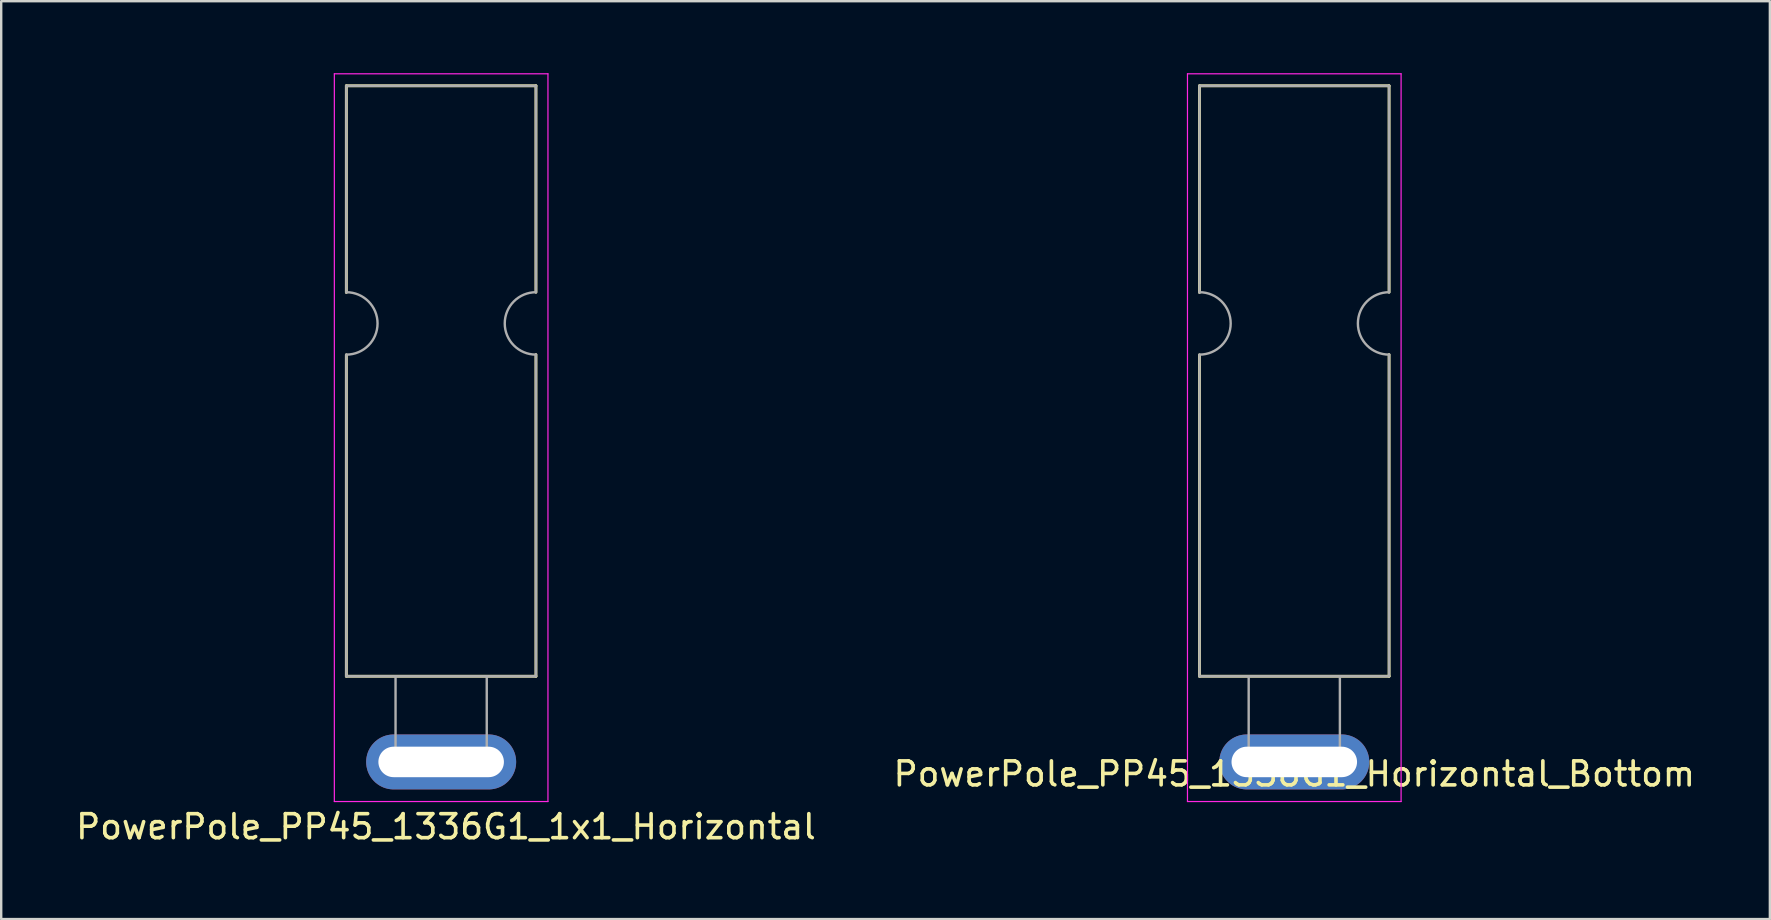
<source format=kicad_pcb>
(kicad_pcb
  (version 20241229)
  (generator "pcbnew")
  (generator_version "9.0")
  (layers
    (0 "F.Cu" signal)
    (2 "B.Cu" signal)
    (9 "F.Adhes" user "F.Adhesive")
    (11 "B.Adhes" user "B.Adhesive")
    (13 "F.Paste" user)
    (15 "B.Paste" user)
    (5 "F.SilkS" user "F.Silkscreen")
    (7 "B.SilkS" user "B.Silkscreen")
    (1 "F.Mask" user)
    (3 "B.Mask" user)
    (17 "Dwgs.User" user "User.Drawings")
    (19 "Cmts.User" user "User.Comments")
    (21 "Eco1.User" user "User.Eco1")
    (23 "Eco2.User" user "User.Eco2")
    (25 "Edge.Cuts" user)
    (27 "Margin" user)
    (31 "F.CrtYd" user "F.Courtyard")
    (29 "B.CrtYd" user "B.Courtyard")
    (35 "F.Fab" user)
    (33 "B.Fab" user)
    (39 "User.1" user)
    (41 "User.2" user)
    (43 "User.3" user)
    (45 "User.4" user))
  (footprint "PowerPole_PP45_1336G1_1x1_Horizontal"
    (layer "F.Cu")
    (at 15.33 28.695)
    (property "Reference" "PowerPole_PP45_1336G1_1x1_Horizontal" (at 0.2 2.7 0) (layer "F.SilkS") (effects (font (size 1 1) (thickness 0.15))))
    (attr through_hole)
    (fp_line (start -3.95 -28.17) (end 3.95 -28.17) (stroke (width 0.12) (type solid)) (layer "F.SilkS"))
    (fp_line (start -3.95 -19.56) (end -3.95 -28.17) (stroke (width 0.12) (type solid)) (layer "F.SilkS"))
    (fp_line (start -3.95 -3.57) (end -3.95 -16.96) (stroke (width 0.12) (type solid)) (layer "F.SilkS"))
    (fp_line (start -3.95 -3.57) (end 3.95 -3.57) (stroke (width 0.12) (type solid)) (layer "F.SilkS"))
    (fp_line (start 3.95 -28.17) (end 3.95 -19.57) (stroke (width 0.12) (type solid)) (layer "F.SilkS"))
    (fp_line (start 3.95 -16.97) (end 3.95 -3.57) (stroke (width 0.12) (type solid)) (layer "F.SilkS"))
    (fp_line (start -4.45 -28.67) (end 4.45 -28.67) (stroke (width 0.05) (type solid)) (layer "F.CrtYd"))
    (fp_line (start -4.45 1.65) (end -4.45 -28.67) (stroke (width 0.05) (type solid)) (layer "F.CrtYd"))
    (fp_line (start 4.45 -28.67) (end 4.45 1.65) (stroke (width 0.05) (type solid)) (layer "F.CrtYd"))
    (fp_line (start 4.45 1.65) (end -4.45 1.65) (stroke (width 0.05) (type solid)) (layer "F.CrtYd"))
    (fp_line (start -3.95 -28.17) (end 3.95 -28.17) (stroke (width 0.1) (type solid)) (layer "F.Fab"))
    (fp_line (start -3.95 -19.56) (end -3.95 -28.17) (stroke (width 0.1) (type solid)) (layer "F.Fab"))
    (fp_line (start -3.95 -3.57) (end -3.95 -16.96) (stroke (width 0.1) (type solid)) (layer "F.Fab"))
    (fp_line (start -3.95 -3.57) (end 3.95 -3.57) (stroke (width 0.1) (type solid)) (layer "F.Fab"))
    (fp_line (start -1.9 -3.57) (end -1.9 0) (stroke (width 0.1) (type solid)) (layer "F.Fab"))
    (fp_line (start 1.9 0) (end 1.9 -3.57) (stroke (width 0.1) (type solid)) (layer "F.Fab"))
    (fp_line (start 3.95 -28.17) (end 3.95 -19.57) (stroke (width 0.1) (type solid)) (layer "F.Fab"))
    (fp_line (start 3.95 -16.97) (end 3.95 -3.57) (stroke (width 0.1) (type solid)) (layer "F.Fab"))
    (fp_arc (start -3.95 -19.57) (mid -2.65 -18.27) (end -3.95 -16.97) (stroke (width 0.1) (type solid)) (layer "F.Fab"))
    (fp_arc (start 3.95 -16.97) (mid 2.65 -18.27) (end 3.95 -19.57) (stroke (width 0.1) (type solid)) (layer "F.Fab"))
    (pad "1" thru_hole oval (at 0 0) (size 6.25 2.29) (drill oval 5.23 1.27) (layers "*.Cu" "*.Mask")))
  (footprint "PowerPole_PP45_1336G1_Horizontal_Bottom"
    (layer "F.Cu")
    (at 50.875 28.695)
    (property "Reference" "PowerPole_PP45_1336G1_Horizontal_Bottom" (at 0 0.5 0) (layer "F.SilkS") (effects (font (size 1 1) (thickness 0.15))))
    (attr through_hole)
    (fp_line (start -3.95 -28.17) (end 3.95 -28.17) (stroke (width 0.12) (type solid)) (layer "F.SilkS"))
    (fp_line (start -3.95 -19.56) (end -3.95 -28.17) (stroke (width 0.12) (type solid)) (layer "F.SilkS"))
    (fp_line (start -3.95 -3.57) (end -3.95 -16.96) (stroke (width 0.12) (type solid)) (layer "F.SilkS"))
    (fp_line (start -3.95 -3.57) (end 3.95 -3.57) (stroke (width 0.12) (type solid)) (layer "F.SilkS"))
    (fp_line (start 3.95 -28.17) (end 3.95 -19.57) (stroke (width 0.12) (type solid)) (layer "F.SilkS"))
    (fp_line (start 3.95 -16.97) (end 3.95 -3.57) (stroke (width 0.12) (type solid)) (layer "F.SilkS"))
    (fp_line (start -4.45 -28.67) (end 4.45 -28.67) (stroke (width 0.05) (type solid)) (layer "F.CrtYd"))
    (fp_line (start -4.45 1.65) (end -4.45 -28.67) (stroke (width 0.05) (type solid)) (layer "F.CrtYd"))
    (fp_line (start 4.45 -28.67) (end 4.45 1.65) (stroke (width 0.05) (type solid)) (layer "F.CrtYd"))
    (fp_line (start 4.45 1.65) (end -4.45 1.65) (stroke (width 0.05) (type solid)) (layer "F.CrtYd"))
    (fp_line (start -3.95 -28.17) (end 3.95 -28.17) (stroke (width 0.1) (type solid)) (layer "F.Fab"))
    (fp_line (start -3.95 -19.56) (end -3.95 -28.17) (stroke (width 0.1) (type solid)) (layer "F.Fab"))
    (fp_line (start -3.95 -3.57) (end -3.95 -16.96) (stroke (width 0.1) (type solid)) (layer "F.Fab"))
    (fp_line (start -3.95 -3.57) (end 3.95 -3.57) (stroke (width 0.1) (type solid)) (layer "F.Fab"))
    (fp_line (start -1.9 -3.57) (end -1.9 0) (stroke (width 0.1) (type solid)) (layer "F.Fab"))
    (fp_line (start 1.9 0) (end 1.9 -3.57) (stroke (width 0.1) (type solid)) (layer "F.Fab"))
    (fp_line (start 3.95 -28.17) (end 3.95 -19.57) (stroke (width 0.1) (type solid)) (layer "F.Fab"))
    (fp_line (start 3.95 -16.97) (end 3.95 -3.57) (stroke (width 0.1) (type solid)) (layer "F.Fab"))
    (fp_arc (start -3.95 -19.57) (mid -2.65 -18.27) (end -3.95 -16.97) (stroke (width 0.1) (type solid)) (layer "F.Fab"))
    (fp_arc (start 3.95 -16.97) (mid 2.65 -18.27) (end 3.95 -19.57) (stroke (width 0.1) (type solid)) (layer "F.Fab"))
    (pad "1" thru_hole oval (at 0 0) (size 6.25 2.29) (drill oval 5.23 1.27) (layers "*.Cu" "*.Mask")))
  (gr_rect
    (start -3 -3)
    (end 70.69 35.243)
    (stroke (width 0.1) (type default))
    (fill no)
    (layer "Edge.Cuts")))
</source>
